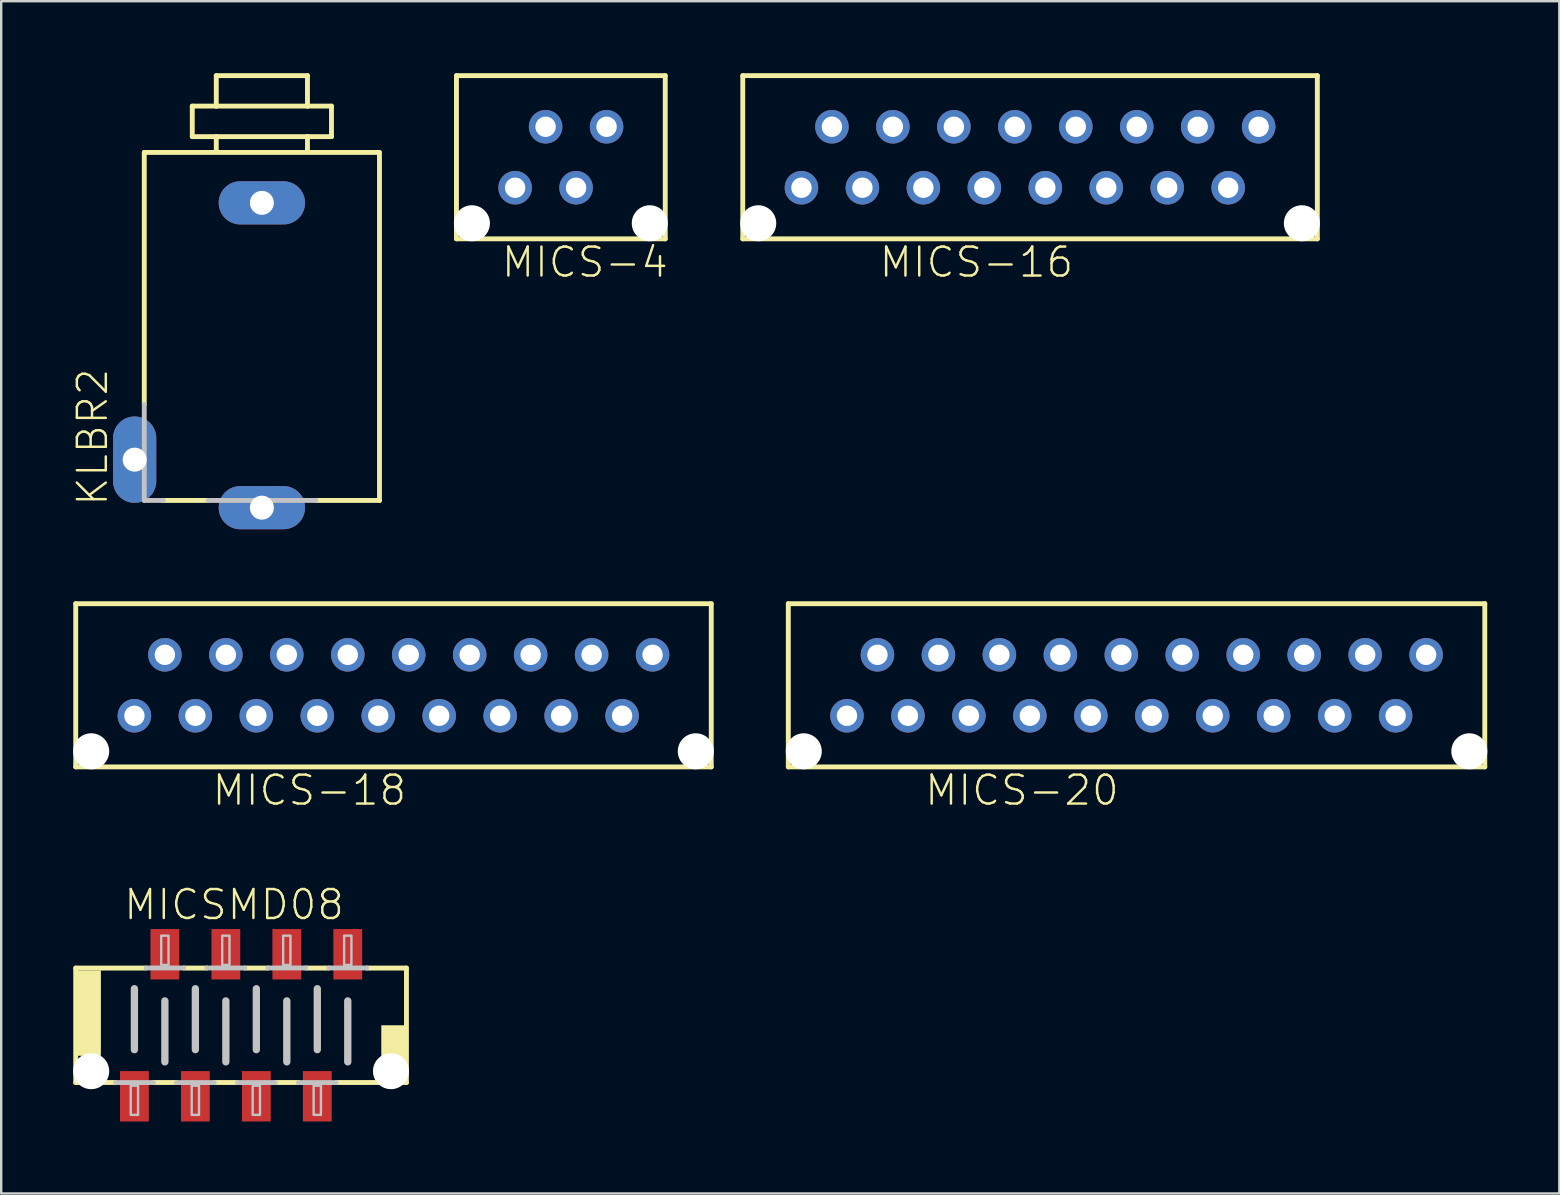
<source format=kicad_pcb>
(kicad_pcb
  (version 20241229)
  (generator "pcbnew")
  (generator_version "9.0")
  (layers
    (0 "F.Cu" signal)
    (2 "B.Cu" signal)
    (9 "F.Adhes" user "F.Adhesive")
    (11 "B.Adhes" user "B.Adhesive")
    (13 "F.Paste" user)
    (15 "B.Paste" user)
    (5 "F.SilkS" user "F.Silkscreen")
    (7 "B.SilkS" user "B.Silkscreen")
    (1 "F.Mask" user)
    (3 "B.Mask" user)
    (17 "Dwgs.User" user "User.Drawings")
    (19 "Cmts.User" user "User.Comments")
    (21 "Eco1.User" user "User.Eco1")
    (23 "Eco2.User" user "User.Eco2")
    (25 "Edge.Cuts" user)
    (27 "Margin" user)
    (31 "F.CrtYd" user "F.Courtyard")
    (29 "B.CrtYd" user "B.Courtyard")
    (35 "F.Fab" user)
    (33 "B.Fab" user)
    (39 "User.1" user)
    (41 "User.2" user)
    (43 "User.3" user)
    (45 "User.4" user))
  (footprint "MICS-20"
    (layer "F.Cu")
    (at 44.305 25.503)
    (property "Reference" "MICS-20" (at -8.89 5.08 0) (layer "F.SilkS") (effects (font (size 1.206 1.206) (thickness 0.102)) (justify left bottom)))
    (attr through_hole)
    (fp_line (start -14.51 -3.4) (end 14.51 -3.4) (stroke (width 0.203) (type solid)) (layer "F.SilkS"))
    (fp_line (start -14.51 3.4) (end -14.51 -3.4) (stroke (width 0.203) (type solid)) (layer "F.SilkS"))
    (fp_line (start 14.51 -3.4) (end 14.51 3.4) (stroke (width 0.203) (type solid)) (layer "F.SilkS"))
    (fp_line (start 14.51 3.4) (end -14.51 3.4) (stroke (width 0.203) (type solid)) (layer "F.SilkS"))
    (pad "" np_thru_hole circle (at -13.865 2.75) (size 1.5 1.5) (drill 1.5) (layers "*.Cu"))
    (pad "" np_thru_hole circle (at 13.865 2.75) (size 1.5 1.5) (drill 1.5) (layers "*.Cu"))
    (pad "1" thru_hole circle (at -12.065 1.27) (size 1.397 1.397) (drill 0.85) (layers "*.Cu" "*.Mask"))
    (pad "2" thru_hole circle (at -10.795 -1.27) (size 1.397 1.397) (drill 0.85) (layers "*.Cu" "*.Mask"))
    (pad "3" thru_hole circle (at -9.525 1.27) (size 1.397 1.397) (drill 0.85) (layers "*.Cu" "*.Mask"))
    (pad "4" thru_hole circle (at -8.255 -1.27) (size 1.397 1.397) (drill 0.85) (layers "*.Cu" "*.Mask"))
    (pad "5" thru_hole circle (at -6.985 1.27) (size 1.397 1.397) (drill 0.85) (layers "*.Cu" "*.Mask"))
    (pad "6" thru_hole circle (at -5.715 -1.27) (size 1.397 1.397) (drill 0.85) (layers "*.Cu" "*.Mask"))
    (pad "7" thru_hole circle (at -4.445 1.27) (size 1.397 1.397) (drill 0.85) (layers "*.Cu" "*.Mask"))
    (pad "8" thru_hole circle (at -3.175 -1.27) (size 1.397 1.397) (drill 0.85) (layers "*.Cu" "*.Mask"))
    (pad "9" thru_hole circle (at -1.905 1.27) (size 1.397 1.397) (drill 0.85) (layers "*.Cu" "*.Mask"))
    (pad "10" thru_hole circle (at -0.635 -1.27) (size 1.397 1.397) (drill 0.85) (layers "*.Cu" "*.Mask"))
    (pad "11" thru_hole circle (at 0.635 1.27) (size 1.397 1.397) (drill 0.85) (layers "*.Cu" "*.Mask"))
    (pad "12" thru_hole circle (at 1.905 -1.27) (size 1.397 1.397) (drill 0.85) (layers "*.Cu" "*.Mask"))
    (pad "13" thru_hole circle (at 3.175 1.27) (size 1.397 1.397) (drill 0.85) (layers "*.Cu" "*.Mask"))
    (pad "14" thru_hole circle (at 4.445 -1.27) (size 1.397 1.397) (drill 0.85) (layers "*.Cu" "*.Mask"))
    (pad "15" thru_hole circle (at 5.715 1.27) (size 1.397 1.397) (drill 0.85) (layers "*.Cu" "*.Mask"))
    (pad "16" thru_hole circle (at 6.985 -1.27) (size 1.397 1.397) (drill 0.85) (layers "*.Cu" "*.Mask"))
    (pad "17" thru_hole circle (at 8.255 1.27) (size 1.397 1.397) (drill 0.85) (layers "*.Cu" "*.Mask"))
    (pad "18" thru_hole circle (at 9.525 -1.27) (size 1.397 1.397) (drill 0.85) (layers "*.Cu" "*.Mask"))
    (pad "19" thru_hole circle (at 10.795 1.27) (size 1.397 1.397) (drill 0.85) (layers "*.Cu" "*.Mask"))
    (pad "20" thru_hole circle (at 12.065 -1.27) (size 1.397 1.397) (drill 0.85) (layers "*.Cu" "*.Mask")))
  (footprint "MICS-4"
    (layer "F.Cu")
    (at 20.318 3.502)
    (property "Reference" "MICS-4" (at -2.54 5.08 0) (layer "F.SilkS") (effects (font (size 1.206 1.206) (thickness 0.102)) (justify left bottom)))
    (attr through_hole)
    (fp_line (start -4.35 -3.4) (end 4.35 -3.4) (stroke (width 0.203) (type solid)) (layer "F.SilkS"))
    (fp_line (start -4.35 3.4) (end -4.35 -3.4) (stroke (width 0.203) (type solid)) (layer "F.SilkS"))
    (fp_line (start 4.35 -3.4) (end 4.35 3.4) (stroke (width 0.203) (type solid)) (layer "F.SilkS"))
    (fp_line (start 4.35 3.4) (end -4.35 3.4) (stroke (width 0.203) (type solid)) (layer "F.SilkS"))
    (pad "" np_thru_hole circle (at -3.705 2.75) (size 1.5 1.5) (drill 1.5) (layers "*.Cu"))
    (pad "" np_thru_hole circle (at 3.705 2.75) (size 1.5 1.5) (drill 1.5) (layers "*.Cu"))
    (pad "1" thru_hole circle (at -1.905 1.27) (size 1.397 1.397) (drill 0.85) (layers "*.Cu" "*.Mask"))
    (pad "2" thru_hole circle (at -0.635 -1.27) (size 1.397 1.397) (drill 0.85) (layers "*.Cu" "*.Mask"))
    (pad "3" thru_hole circle (at 0.635 1.27) (size 1.397 1.397) (drill 0.85) (layers "*.Cu" "*.Mask"))
    (pad "4" thru_hole circle (at 1.905 -1.27) (size 1.397 1.397) (drill 0.85) (layers "*.Cu" "*.Mask")))
  (footprint "MICS-16"
    (layer "F.Cu")
    (at 39.868 3.502)
    (property "Reference" "MICS-16" (at -6.35 5.08 0) (layer "F.SilkS") (effects (font (size 1.206 1.206) (thickness 0.102)) (justify left bottom)))
    (attr through_hole)
    (fp_line (start -11.97 -3.4) (end 11.97 -3.4) (stroke (width 0.203) (type solid)) (layer "F.SilkS"))
    (fp_line (start -11.97 3.4) (end -11.97 -3.4) (stroke (width 0.203) (type solid)) (layer "F.SilkS"))
    (fp_line (start 11.97 -3.4) (end 11.97 3.4) (stroke (width 0.203) (type solid)) (layer "F.SilkS"))
    (fp_line (start 11.97 3.4) (end -11.97 3.4) (stroke (width 0.203) (type solid)) (layer "F.SilkS"))
    (pad "" np_thru_hole circle (at -11.325 2.75) (size 1.5 1.5) (drill 1.5) (layers "*.Cu"))
    (pad "" np_thru_hole circle (at 11.325 2.75) (size 1.5 1.5) (drill 1.5) (layers "*.Cu"))
    (pad "1" thru_hole circle (at -9.525 1.27) (size 1.397 1.397) (drill 0.85) (layers "*.Cu" "*.Mask"))
    (pad "2" thru_hole circle (at -8.255 -1.27) (size 1.397 1.397) (drill 0.85) (layers "*.Cu" "*.Mask"))
    (pad "3" thru_hole circle (at -6.985 1.27) (size 1.397 1.397) (drill 0.85) (layers "*.Cu" "*.Mask"))
    (pad "4" thru_hole circle (at -5.715 -1.27) (size 1.397 1.397) (drill 0.85) (layers "*.Cu" "*.Mask"))
    (pad "5" thru_hole circle (at -4.445 1.27) (size 1.397 1.397) (drill 0.85) (layers "*.Cu" "*.Mask"))
    (pad "6" thru_hole circle (at -3.175 -1.27) (size 1.397 1.397) (drill 0.85) (layers "*.Cu" "*.Mask"))
    (pad "7" thru_hole circle (at -1.905 1.27) (size 1.397 1.397) (drill 0.85) (layers "*.Cu" "*.Mask"))
    (pad "8" thru_hole circle (at -0.635 -1.27) (size 1.397 1.397) (drill 0.85) (layers "*.Cu" "*.Mask"))
    (pad "9" thru_hole circle (at 0.635 1.27) (size 1.397 1.397) (drill 0.85) (layers "*.Cu" "*.Mask"))
    (pad "10" thru_hole circle (at 1.905 -1.27) (size 1.397 1.397) (drill 0.85) (layers "*.Cu" "*.Mask"))
    (pad "11" thru_hole circle (at 3.175 1.27) (size 1.397 1.397) (drill 0.85) (layers "*.Cu" "*.Mask"))
    (pad "12" thru_hole circle (at 4.445 -1.27) (size 1.397 1.397) (drill 0.85) (layers "*.Cu" "*.Mask"))
    (pad "13" thru_hole circle (at 5.715 1.27) (size 1.397 1.397) (drill 0.85) (layers "*.Cu" "*.Mask"))
    (pad "14" thru_hole circle (at 6.985 -1.27) (size 1.397 1.397) (drill 0.85) (layers "*.Cu" "*.Mask"))
    (pad "15" thru_hole circle (at 8.255 1.27) (size 1.397 1.397) (drill 0.85) (layers "*.Cu" "*.Mask"))
    (pad "16" thru_hole circle (at 9.525 -1.27) (size 1.397 1.397) (drill 0.85) (layers "*.Cu" "*.Mask")))
  (footprint "MICS-18"
    (layer "F.Cu")
    (at 13.345 25.503)
    (property "Reference" "MICS-18" (at -7.62 5.08 0) (layer "F.SilkS") (effects (font (size 1.206 1.206) (thickness 0.102)) (justify left bottom)))
    (attr through_hole)
    (fp_line (start -13.24 -3.4) (end 13.24 -3.4) (stroke (width 0.203) (type solid)) (layer "F.SilkS"))
    (fp_line (start -13.24 3.4) (end -13.24 -3.4) (stroke (width 0.203) (type solid)) (layer "F.SilkS"))
    (fp_line (start 13.24 -3.4) (end 13.24 3.4) (stroke (width 0.203) (type solid)) (layer "F.SilkS"))
    (fp_line (start 13.24 3.4) (end -13.24 3.4) (stroke (width 0.203) (type solid)) (layer "F.SilkS"))
    (pad "" np_thru_hole circle (at -12.595 2.75) (size 1.5 1.5) (drill 1.5) (layers "*.Cu"))
    (pad "" np_thru_hole circle (at 12.595 2.75) (size 1.5 1.5) (drill 1.5) (layers "*.Cu"))
    (pad "1" thru_hole circle (at -10.795 1.27) (size 1.397 1.397) (drill 0.85) (layers "*.Cu" "*.Mask"))
    (pad "2" thru_hole circle (at -9.525 -1.27) (size 1.397 1.397) (drill 0.85) (layers "*.Cu" "*.Mask"))
    (pad "3" thru_hole circle (at -8.255 1.27) (size 1.397 1.397) (drill 0.85) (layers "*.Cu" "*.Mask"))
    (pad "4" thru_hole circle (at -6.985 -1.27) (size 1.397 1.397) (drill 0.85) (layers "*.Cu" "*.Mask"))
    (pad "5" thru_hole circle (at -5.715 1.27) (size 1.397 1.397) (drill 0.85) (layers "*.Cu" "*.Mask"))
    (pad "6" thru_hole circle (at -4.445 -1.27) (size 1.397 1.397) (drill 0.85) (layers "*.Cu" "*.Mask"))
    (pad "7" thru_hole circle (at -3.175 1.27) (size 1.397 1.397) (drill 0.85) (layers "*.Cu" "*.Mask"))
    (pad "8" thru_hole circle (at -1.905 -1.27) (size 1.397 1.397) (drill 0.85) (layers "*.Cu" "*.Mask"))
    (pad "9" thru_hole circle (at -0.635 1.27) (size 1.397 1.397) (drill 0.85) (layers "*.Cu" "*.Mask"))
    (pad "10" thru_hole circle (at 0.635 -1.27) (size 1.397 1.397) (drill 0.85) (layers "*.Cu" "*.Mask"))
    (pad "11" thru_hole circle (at 1.905 1.27) (size 1.397 1.397) (drill 0.85) (layers "*.Cu" "*.Mask"))
    (pad "12" thru_hole circle (at 3.175 -1.27) (size 1.397 1.397) (drill 0.85) (layers "*.Cu" "*.Mask"))
    (pad "13" thru_hole circle (at 4.445 1.27) (size 1.397 1.397) (drill 0.85) (layers "*.Cu" "*.Mask"))
    (pad "14" thru_hole circle (at 5.715 -1.27) (size 1.397 1.397) (drill 0.85) (layers "*.Cu" "*.Mask"))
    (pad "15" thru_hole circle (at 6.985 1.27) (size 1.397 1.397) (drill 0.85) (layers "*.Cu" "*.Mask"))
    (pad "16" thru_hole circle (at 8.255 -1.27) (size 1.397 1.397) (drill 0.85) (layers "*.Cu" "*.Mask"))
    (pad "17" thru_hole circle (at 9.525 1.27) (size 1.397 1.397) (drill 0.85) (layers "*.Cu" "*.Mask"))
    (pad "18" thru_hole circle (at 10.795 -1.27) (size 1.397 1.397) (drill 0.85) (layers "*.Cu" "*.Mask")))
  (footprint "KLBR2"
    (layer "F.Cu")
    (at 7.861 11.752)
    (property "Reference" "KLBR2" (at -6.35 6.35 90) (layer "F.SilkS") (effects (font (size 1.206 1.206) (thickness 0.102)) (justify left bottom)))
    (attr through_hole)
    (fp_line (start -4.9 -8.45) (end 4.9 -8.45) (stroke (width 0.203) (type solid)) (layer "F.SilkS"))
    (fp_line (start -4.9 2.05) (end -4.9 -8.45) (stroke (width 0.203) (type solid)) (layer "F.SilkS"))
    (fp_line (start -2.9 -10.38) (end -1.9 -10.38) (stroke (width 0.203) (type solid)) (layer "F.SilkS"))
    (fp_line (start -2.9 -9.11) (end -2.9 -10.38) (stroke (width 0.203) (type solid)) (layer "F.SilkS"))
    (fp_line (start -2.9 -9.11) (end -1.9 -9.11) (stroke (width 0.203) (type solid)) (layer "F.SilkS"))
    (fp_line (start -2.25 6.05) (end -4.1 6.05) (stroke (width 0.203) (type solid)) (layer "F.SilkS"))
    (fp_line (start -1.9 -11.65) (end 1.9 -11.65) (stroke (width 0.203) (type solid)) (layer "F.SilkS"))
    (fp_line (start -1.9 -10.38) (end -1.9 -11.65) (stroke (width 0.203) (type solid)) (layer "F.SilkS"))
    (fp_line (start -1.9 -10.38) (end 1.9 -10.38) (stroke (width 0.203) (type solid)) (layer "F.SilkS"))
    (fp_line (start -1.9 -9.11) (end 1.9 -9.11) (stroke (width 0.203) (type solid)) (layer "F.SilkS"))
    (fp_line (start -1.9 -8.55) (end -1.9 -9.11) (stroke (width 0.203) (type solid)) (layer "F.SilkS"))
    (fp_line (start 1.9 -11.65) (end 1.9 -10.38) (stroke (width 0.203) (type solid)) (layer "F.SilkS"))
    (fp_line (start 1.9 -10.38) (end 2.9 -10.38) (stroke (width 0.203) (type solid)) (layer "F.SilkS"))
    (fp_line (start 1.9 -9.11) (end 1.9 -8.55) (stroke (width 0.203) (type solid)) (layer "F.SilkS"))
    (fp_line (start 1.9 -9.11) (end 2.9 -9.11) (stroke (width 0.203) (type solid)) (layer "F.SilkS"))
    (fp_line (start 2.9 -10.38) (end 2.9 -9.11) (stroke (width 0.203) (type solid)) (layer "F.SilkS"))
    (fp_line (start 4.9 -8.45) (end 4.9 6.05) (stroke (width 0.203) (type solid)) (layer "F.SilkS"))
    (fp_line (start 4.9 6.05) (end 2.25 6.05) (stroke (width 0.203) (type solid)) (layer "F.SilkS"))
    (fp_line (start -4.9 6.05) (end -4.9 2.05) (stroke (width 0.203) (type solid)) (layer "Dwgs.User"))
    (fp_line (start -4.1 6.05) (end -4.9 6.05) (stroke (width 0.203) (type solid)) (layer "Dwgs.User"))
    (fp_line (start 2.25 6.05) (end -2.25 6.05) (stroke (width 0.203) (type solid)) (layer "Dwgs.User"))
    (pad "3" thru_hole oval (at 0 6.35) (size 3.6 1.8) (drill 1) (layers "*.Cu" "*.Mask"))
    (pad "4" thru_hole oval (at -5.3 4.35 90) (size 3.6 1.8) (drill 1) (layers "*.Cu" "*.Mask"))
    (pad "5" thru_hole oval (at 0 -6.35) (size 3.6 1.8) (drill 1) (layers "*.Cu" "*.Mask")))
  (footprint "MICSMD08"
    (layer "F.Cu")
    (at 6.995 39.669)
    (property "Reference" "MICSMD08" (at -4.953 -4.318 0) (layer "F.SilkS") (effects (font (size 1.206 1.206) (thickness 0.102)) (justify left bottom)))
    (attr through_hole)
    (fp_line (start -6.89 -2.384) (end -3.962 -2.384) (stroke (width 0.203) (type solid)) (layer "F.SilkS"))
    (fp_line (start -6.89 2.384) (end -6.89 -2.384) (stroke (width 0.203) (type solid)) (layer "F.SilkS"))
    (fp_line (start -5.232 2.384) (end -6.89 2.384) (stroke (width 0.203) (type solid)) (layer "F.SilkS"))
    (fp_line (start -2.692 2.384) (end -3.658 2.384) (stroke (width 0.203) (type solid)) (layer "F.SilkS"))
    (fp_line (start -2.388 -2.384) (end -1.422 -2.384) (stroke (width 0.203) (type solid)) (layer "F.SilkS"))
    (fp_line (start -0.152 2.384) (end -1.118 2.384) (stroke (width 0.203) (type solid)) (layer "F.SilkS"))
    (fp_line (start 0.152 -2.384) (end 1.118 -2.384) (stroke (width 0.203) (type solid)) (layer "F.SilkS"))
    (fp_line (start 2.388 2.384) (end 1.422 2.384) (stroke (width 0.203) (type solid)) (layer "F.SilkS"))
    (fp_line (start 2.692 -2.384) (end 3.658 -2.384) (stroke (width 0.203) (type solid)) (layer "F.SilkS"))
    (fp_line (start 5.232 -2.384) (end 6.89 -2.384) (stroke (width 0.203) (type solid)) (layer "F.SilkS"))
    (fp_line (start 6.89 -2.384) (end 6.89 2.384) (stroke (width 0.203) (type solid)) (layer "F.SilkS"))
    (fp_line (start 6.89 2.384) (end 3.962 2.384) (stroke (width 0.203) (type solid)) (layer "F.SilkS"))
    (fp_poly (pts (xy -6.858 1.27) (xy -5.842 1.27) (xy -5.842 -2.286) (xy -6.858 -2.286)) (stroke (width 0) (type solid)) (fill yes) (layer "F.SilkS"))
    (fp_poly (pts (xy 5.842 2.286) (xy 6.858 2.286) (xy 6.858 0) (xy 5.842 0)) (stroke (width 0) (type solid)) (fill yes) (layer "F.SilkS"))
    (fp_line (start -4.445 -1.524) (end -4.445 1.016) (stroke (width 0.305) (type solid)) (layer "Dwgs.User"))
    (fp_line (start -3.962 -2.388) (end -2.388 -2.388) (stroke (width 0.203) (type solid)) (layer "Dwgs.User"))
    (fp_line (start -3.658 2.388) (end -5.232 2.388) (stroke (width 0.203) (type solid)) (layer "Dwgs.User"))
    (fp_line (start -3.175 -1.016) (end -3.175 1.524) (stroke (width 0.305) (type solid)) (layer "Dwgs.User"))
    (fp_line (start -1.905 -1.524) (end -1.905 1.016) (stroke (width 0.305) (type solid)) (layer "Dwgs.User"))
    (fp_line (start -1.422 -2.388) (end 0.152 -2.388) (stroke (width 0.203) (type solid)) (layer "Dwgs.User"))
    (fp_line (start -1.118 2.388) (end -2.692 2.388) (stroke (width 0.203) (type solid)) (layer "Dwgs.User"))
    (fp_line (start -0.635 -1.016) (end -0.635 1.524) (stroke (width 0.305) (type solid)) (layer "Dwgs.User"))
    (fp_line (start 0.635 -1.524) (end 0.635 1.016) (stroke (width 0.305) (type solid)) (layer "Dwgs.User"))
    (fp_line (start 1.118 -2.388) (end 2.692 -2.388) (stroke (width 0.203) (type solid)) (layer "Dwgs.User"))
    (fp_line (start 1.422 2.388) (end -0.152 2.388) (stroke (width 0.203) (type solid)) (layer "Dwgs.User"))
    (fp_line (start 1.905 -1.016) (end 1.905 1.524) (stroke (width 0.305) (type solid)) (layer "Dwgs.User"))
    (fp_line (start 3.175 -1.524) (end 3.175 1.016) (stroke (width 0.305) (type solid)) (layer "Dwgs.User"))
    (fp_line (start 3.658 -2.388) (end 5.232 -2.388) (stroke (width 0.203) (type solid)) (layer "Dwgs.User"))
    (fp_line (start 3.962 2.388) (end 2.388 2.388) (stroke (width 0.203) (type solid)) (layer "Dwgs.User"))
    (fp_line (start 4.445 -1.016) (end 4.445 1.524) (stroke (width 0.305) (type solid)) (layer "Dwgs.User"))
    (fp_poly (pts (xy -4.597 3.734) (xy -4.293 3.734) (xy -4.293 2.515) (xy -4.597 2.515)) (stroke (width 0.1) (type solid)) (fill no) (layer "Dwgs.User"))
    (fp_poly (pts (xy -3.327 -2.515) (xy -3.023 -2.515) (xy -3.023 -3.734) (xy -3.327 -3.734)) (stroke (width 0.1) (type solid)) (fill no) (layer "Dwgs.User"))
    (fp_poly (pts (xy -2.057 3.734) (xy -1.753 3.734) (xy -1.753 2.515) (xy -2.057 2.515)) (stroke (width 0.1) (type solid)) (fill no) (layer "Dwgs.User"))
    (fp_poly (pts (xy -0.787 -2.515) (xy -0.483 -2.515) (xy -0.483 -3.734) (xy -0.787 -3.734)) (stroke (width 0.1) (type solid)) (fill no) (layer "Dwgs.User"))
    (fp_poly (pts (xy 0.483 3.734) (xy 0.787 3.734) (xy 0.787 2.515) (xy 0.483 2.515)) (stroke (width 0.1) (type solid)) (fill no) (layer "Dwgs.User"))
    (fp_poly (pts (xy 1.753 -2.515) (xy 2.057 -2.515) (xy 2.057 -3.734) (xy 1.753 -3.734)) (stroke (width 0.1) (type solid)) (fill no) (layer "Dwgs.User"))
    (fp_poly (pts (xy 3.023 3.734) (xy 3.327 3.734) (xy 3.327 2.515) (xy 3.023 2.515)) (stroke (width 0.1) (type solid)) (fill no) (layer "Dwgs.User"))
    (fp_poly (pts (xy 4.293 -2.515) (xy 4.597 -2.515) (xy 4.597 -3.734) (xy 4.293 -3.734)) (stroke (width 0.1) (type solid)) (fill no) (layer "Dwgs.User"))
    (pad "" np_thru_hole circle (at -6.245 1.912) (size 1.5 1.5) (drill 1.5) (layers "*.Cu"))
    (pad "" np_thru_hole circle (at 6.245 1.912) (size 1.5 1.5) (drill 1.5) (layers "*.Cu"))
    (pad "1" smd rect (at -4.445 2.959) (size 1.2 2.1) (layers "F.Cu" "F.Mask" "F.Paste"))
    (pad "2" smd rect (at -3.175 -2.959) (size 1.2 2.1) (layers "F.Cu" "F.Mask" "F.Paste"))
    (pad "3" smd rect (at -1.905 2.959) (size 1.2 2.1) (layers "F.Cu" "F.Mask" "F.Paste"))
    (pad "4" smd rect (at -0.635 -2.959) (size 1.2 2.1) (layers "F.Cu" "F.Mask" "F.Paste"))
    (pad "5" smd rect (at 0.635 2.959) (size 1.2 2.1) (layers "F.Cu" "F.Mask" "F.Paste"))
    (pad "6" smd rect (at 1.905 -2.959) (size 1.2 2.1) (layers "F.Cu" "F.Mask" "F.Paste"))
    (pad "7" smd rect (at 3.175 2.959) (size 1.2 2.1) (layers "F.Cu" "F.Mask" "F.Paste"))
    (pad "8" smd rect (at 4.445 -2.959) (size 1.2 2.1) (layers "F.Cu" "F.Mask" "F.Paste")))
  (gr_rect
    (start -3 -3)
    (end 61.92 46.678)
    (stroke (width 0.1) (type default))
    (fill no)
    (layer "Edge.Cuts")))
</source>
